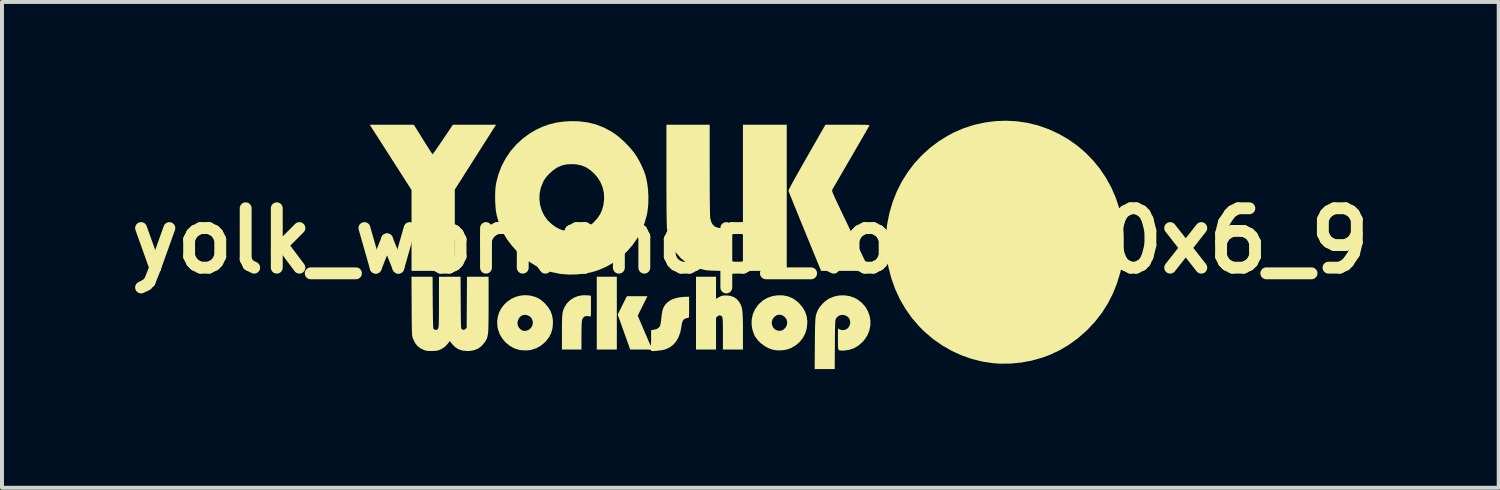
<source format=kicad_pcb>
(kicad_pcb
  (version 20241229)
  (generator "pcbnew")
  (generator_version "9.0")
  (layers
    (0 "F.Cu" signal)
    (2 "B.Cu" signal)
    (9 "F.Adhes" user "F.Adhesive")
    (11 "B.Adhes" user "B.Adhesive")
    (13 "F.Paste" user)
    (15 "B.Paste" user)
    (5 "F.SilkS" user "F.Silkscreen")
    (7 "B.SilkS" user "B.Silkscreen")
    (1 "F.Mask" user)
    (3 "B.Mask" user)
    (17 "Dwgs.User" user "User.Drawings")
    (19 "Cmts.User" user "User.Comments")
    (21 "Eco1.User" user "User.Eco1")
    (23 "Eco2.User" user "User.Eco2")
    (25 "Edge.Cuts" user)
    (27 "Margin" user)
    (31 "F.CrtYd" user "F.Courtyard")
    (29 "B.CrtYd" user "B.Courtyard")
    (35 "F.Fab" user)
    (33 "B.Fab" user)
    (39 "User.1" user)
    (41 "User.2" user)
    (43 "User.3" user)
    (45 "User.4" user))
  (footprint "yolk_workshop_logo_20x6_9"
    (layer "F.Cu")
    (at 15.907 3.034)
    (property "Reference" "yolk_workshop_logo_20x6_9" (at 0 0 0) (layer "F.SilkS") (effects (font (size 1.5 1.5) (thickness 0.3))))
    (attr board_only exclude_from_pos_files exclude_from_bom)
    (fp_poly (pts (xy -3.373 1.827) (xy -3.373 2.747) (xy -3.627 2.747) (xy -3.88 2.747) (xy -3.88 1.827) (xy -3.88 0.907) (xy -3.627 0.907) (xy -3.373 0.907)) (stroke (width 0) (type solid)) (fill yes) (layer "F.SilkS"))
    (fp_poly (pts (xy 0.92 -1.087) (xy 0.92 0.76) (xy 0.367 0.76) (xy -0.187 0.76) (xy -0.187 -1.087) (xy -0.187 -2.933) (xy 0.367 -2.933) (xy 0.92 -2.933)) (stroke (width 0) (type solid)) (fill yes) (layer "F.SilkS"))
    (fp_poly (pts (xy -4.132 1.375) (xy -4.088 1.379) (xy -4.027 1.388) (xy -4.027 1.656) (xy -4.027 1.746) (xy -4.027 1.814) (xy -4.029 1.861) (xy -4.031 1.891) (xy -4.035 1.908) (xy -4.04 1.914) (xy -4.048 1.913) (xy -4.05 1.912) (xy -4.078 1.905) (xy -4.118 1.901) (xy -4.132 1.901) (xy -4.181 1.909) (xy -4.218 1.935) (xy -4.244 1.982) (xy -4.253 2.011) (xy -4.257 2.038) (xy -4.26 2.088) (xy -4.263 2.156) (xy -4.265 2.239) (xy -4.266 2.332) (xy -4.267 2.403) (xy -4.267 2.747) (xy -4.513 2.747) (xy -4.76 2.747) (xy -4.76 2.31) (xy -4.76 2.179) (xy -4.759 2.072) (xy -4.757 1.984) (xy -4.753 1.914) (xy -4.749 1.857) (xy -4.742 1.81) (xy -4.732 1.77) (xy -4.72 1.734) (xy -4.705 1.698) (xy -4.693 1.674) (xy -4.634 1.58) (xy -4.555 1.501) (xy -4.46 1.438) (xy -4.354 1.396) (xy -4.251 1.377) (xy -4.191 1.375)) (stroke (width 0) (type solid)) (fill yes) (layer "F.SilkS"))
    (fp_poly (pts (xy -0.867 1.185) (xy -0.867 1.464) (xy -0.79 1.422) (xy -0.747 1.4) (xy -0.71 1.387) (xy -0.669 1.382) (xy -0.613 1.38) (xy -0.607 1.38) (xy -0.501 1.391) (xy -0.411 1.424) (xy -0.335 1.479) (xy -0.273 1.558) (xy -0.247 1.606) (xy -0.232 1.641) (xy -0.219 1.678) (xy -0.209 1.721) (xy -0.202 1.773) (xy -0.196 1.836) (xy -0.192 1.913) (xy -0.189 2.008) (xy -0.187 2.122) (xy -0.187 2.26) (xy -0.187 2.297) (xy -0.187 2.747) (xy -0.44 2.747) (xy -0.693 2.747) (xy -0.693 2.343) (xy -0.693 2.223) (xy -0.694 2.127) (xy -0.695 2.052) (xy -0.698 1.996) (xy -0.703 1.955) (xy -0.71 1.926) (xy -0.719 1.908) (xy -0.731 1.897) (xy -0.747 1.89) (xy -0.763 1.886) (xy -0.794 1.885) (xy -0.823 1.902) (xy -0.833 1.911) (xy -0.867 1.945) (xy -0.867 2.346) (xy -0.867 2.747) (xy -1.12 2.747) (xy -1.373 2.747) (xy -1.373 1.827) (xy -1.373 0.907) (xy -1.12 0.907) (xy -0.867 0.907)) (stroke (width 0) (type solid)) (fill yes) (layer "F.SilkS"))
    (fp_poly (pts (xy -6.443 -2.903) (xy -6.453 -2.887) (xy -6.477 -2.851) (xy -6.512 -2.795) (xy -6.558 -2.723) (xy -6.614 -2.636) (xy -6.677 -2.536) (xy -6.748 -2.424) (xy -6.825 -2.304) (xy -6.906 -2.176) (xy -6.965 -2.084) (xy -7.467 -1.294) (xy -7.467 -0.267) (xy -7.467 0.76) (xy -8.013 0.76) (xy -8.56 0.76) (xy -8.56 -0.262) (xy -8.56 -1.284) (xy -9.069 -2.079) (xy -9.153 -2.211) (xy -9.234 -2.337) (xy -9.31 -2.456) (xy -9.379 -2.564) (xy -9.441 -2.661) (xy -9.495 -2.744) (xy -9.538 -2.812) (xy -9.571 -2.862) (xy -9.591 -2.894) (xy -9.597 -2.903) (xy -9.616 -2.933) (xy -9.058 -2.933) (xy -8.5 -2.932) (xy -8.269 -2.559) (xy -8.213 -2.47) (xy -8.161 -2.388) (xy -8.116 -2.317) (xy -8.078 -2.259) (xy -8.049 -2.216) (xy -8.032 -2.191) (xy -8.028 -2.187) (xy -8.018 -2.197) (xy -7.996 -2.228) (xy -7.962 -2.275) (xy -7.919 -2.337) (xy -7.868 -2.41) (xy -7.811 -2.494) (xy -7.766 -2.56) (xy -7.515 -2.933) (xy -6.969 -2.933) (xy -6.424 -2.933)) (stroke (width 0) (type solid)) (fill yes) (layer "F.SilkS"))
    (fp_poly (pts (xy -1.027 -1.791) (xy -1.026 -1.555) (xy -1.026 -1.344) (xy -1.025 -1.157) (xy -1.024 -0.995) (xy -1.022 -0.858) (xy -1.02 -0.746) (xy -1.018 -0.661) (xy -1.016 -0.602) (xy -1.013 -0.568) (xy -1.012 -0.567) (xy -0.989 -0.479) (xy -0.952 -0.411) (xy -0.905 -0.365) (xy -0.893 -0.358) (xy -0.83 -0.334) (xy -0.751 -0.317) (xy -0.665 -0.308) (xy -0.632 -0.307) (xy -0.56 -0.307) (xy -0.56 0.227) (xy -0.56 0.76) (xy -0.797 0.759) (xy -0.882 0.757) (xy -0.967 0.754) (xy -1.045 0.749) (xy -1.107 0.744) (xy -1.136 0.74) (xy -1.311 0.699) (xy -1.469 0.638) (xy -1.612 0.556) (xy -1.742 0.452) (xy -1.763 0.432) (xy -1.869 0.311) (xy -1.957 0.175) (xy -2.025 0.023) (xy -2.076 -0.146) (xy -2.106 -0.311) (xy -2.109 -0.345) (xy -2.111 -0.406) (xy -2.113 -0.492) (xy -2.115 -0.604) (xy -2.117 -0.74) (xy -2.118 -0.9) (xy -2.119 -1.084) (xy -2.12 -1.291) (xy -2.12 -1.521) (xy -2.12 -1.674) (xy -2.12 -2.933) (xy -1.573 -2.933) (xy -1.027 -2.933)) (stroke (width 0) (type solid)) (fill yes) (layer "F.SilkS"))
    (fp_poly (pts (xy 0.826 1.378) (xy 0.951 1.403) (xy 1.066 1.451) (xy 1.173 1.524) (xy 1.233 1.579) (xy 1.321 1.682) (xy 1.384 1.79) (xy 1.423 1.906) (xy 1.439 2.033) (xy 1.44 2.067) (xy 1.427 2.203) (xy 1.391 2.33) (xy 1.332 2.446) (xy 1.252 2.549) (xy 1.153 2.636) (xy 1.037 2.705) (xy 0.963 2.735) (xy 0.883 2.755) (xy 0.79 2.766) (xy 0.693 2.768) (xy 0.605 2.759) (xy 0.579 2.754) (xy 0.473 2.719) (xy 0.368 2.664) (xy 0.271 2.593) (xy 0.187 2.511) (xy 0.122 2.422) (xy 0.101 2.382) (xy 0.054 2.253) (xy 0.032 2.121) (xy 0.033 2.049) (xy 0.541 2.049) (xy 0.545 2.118) (xy 0.574 2.185) (xy 0.589 2.206) (xy 0.637 2.249) (xy 0.697 2.271) (xy 0.76 2.274) (xy 0.819 2.256) (xy 0.838 2.243) (xy 0.891 2.19) (xy 0.923 2.126) (xy 0.931 2.059) (xy 0.916 1.991) (xy 0.904 1.968) (xy 0.862 1.918) (xy 0.807 1.883) (xy 0.746 1.867) (xy 0.687 1.872) (xy 0.662 1.882) (xy 0.601 1.926) (xy 0.56 1.984) (xy 0.541 2.049) (xy 0.033 2.049) (xy 0.034 1.991) (xy 0.06 1.865) (xy 0.109 1.746) (xy 0.182 1.637) (xy 0.229 1.585) (xy 0.33 1.498) (xy 0.44 1.436) (xy 0.562 1.396) (xy 0.689 1.377)) (stroke (width 0) (type solid)) (fill yes) (layer "F.SilkS"))
    (fp_poly (pts (xy -5.562 1.383) (xy -5.437 1.417) (xy -5.373 1.443) (xy -5.299 1.487) (xy -5.222 1.55) (xy -5.193 1.579) (xy -5.108 1.677) (xy -5.047 1.777) (xy -5.008 1.884) (xy -4.989 2.002) (xy -4.987 2.073) (xy -4.998 2.207) (xy -5.031 2.329) (xy -5.088 2.44) (xy -5.17 2.543) (xy -5.188 2.562) (xy -5.294 2.65) (xy -5.411 2.715) (xy -5.537 2.756) (xy -5.671 2.771) (xy -5.808 2.761) (xy -5.848 2.754) (xy -5.969 2.714) (xy -6.081 2.652) (xy -6.181 2.57) (xy -6.265 2.471) (xy -6.331 2.36) (xy -6.375 2.239) (xy -6.387 2.183) (xy -6.397 2.056) (xy -5.882 2.056) (xy -5.88 2.117) (xy -5.86 2.174) (xy -5.82 2.224) (xy -5.804 2.237) (xy -5.772 2.257) (xy -5.747 2.271) (xy -5.747 2.271) (xy -5.709 2.276) (xy -5.661 2.271) (xy -5.614 2.257) (xy -5.588 2.243) (xy -5.537 2.193) (xy -5.505 2.134) (xy -5.493 2.077) (xy -5.505 2.003) (xy -5.538 1.942) (xy -5.59 1.898) (xy -5.657 1.873) (xy -5.678 1.87) (xy -5.742 1.876) (xy -5.796 1.902) (xy -5.838 1.944) (xy -5.867 1.997) (xy -5.882 2.056) (xy -6.397 2.056) (xy -6.397 2.052) (xy -6.383 1.928) (xy -6.348 1.813) (xy -6.293 1.707) (xy -6.221 1.612) (xy -6.134 1.531) (xy -6.035 1.465) (xy -5.926 1.415) (xy -5.81 1.384) (xy -5.688 1.373)) (stroke (width 0) (type solid)) (fill yes) (layer "F.SilkS"))
    (fp_poly (pts (xy -2.723 1.646) (xy -2.845 1.891) (xy -2.687 2.262) (xy -2.647 2.356) (xy -2.61 2.441) (xy -2.578 2.516) (xy -2.551 2.577) (xy -2.531 2.62) (xy -2.52 2.643) (xy -2.518 2.646) (xy -2.514 2.638) (xy -2.511 2.607) (xy -2.508 2.559) (xy -2.507 2.496) (xy -2.507 2.458) (xy -2.507 2.257) (xy -2.446 2.249) (xy -2.369 2.229) (xy -2.314 2.195) (xy -2.286 2.158) (xy -2.275 2.127) (xy -2.265 2.078) (xy -2.256 2.018) (xy -2.252 1.982) (xy -2.24 1.873) (xy -2.226 1.786) (xy -2.206 1.717) (xy -2.18 1.659) (xy -2.146 1.61) (xy -2.102 1.564) (xy -2.086 1.548) (xy -2.004 1.493) (xy -1.902 1.452) (xy -1.78 1.426) (xy -1.642 1.414) (xy -1.617 1.414) (xy -1.547 1.413) (xy -1.547 1.68) (xy -1.547 1.771) (xy -1.547 1.838) (xy -1.549 1.885) (xy -1.551 1.917) (xy -1.555 1.935) (xy -1.561 1.944) (xy -1.569 1.946) (xy -1.574 1.947) (xy -1.604 1.952) (xy -1.643 1.964) (xy -1.648 1.966) (xy -1.683 1.989) (xy -1.709 2.025) (xy -1.727 2.08) (xy -1.739 2.153) (xy -1.766 2.3) (xy -1.811 2.428) (xy -1.872 2.538) (xy -1.949 2.627) (xy -2.042 2.696) (xy -2.15 2.743) (xy -2.207 2.758) (xy -2.252 2.765) (xy -2.313 2.773) (xy -2.377 2.78) (xy -2.39 2.781) (xy -2.446 2.785) (xy -2.481 2.786) (xy -2.499 2.782) (xy -2.506 2.774) (xy -2.507 2.768) (xy -2.509 2.761) (xy -2.518 2.755) (xy -2.538 2.751) (xy -2.572 2.749) (xy -2.622 2.747) (xy -2.694 2.747) (xy -2.771 2.747) (xy -3.035 2.747) (xy -3.193 2.305) (xy -3.351 1.864) (xy -3.236 1.632) (xy -3.12 1.4) (xy -2.86 1.4) (xy -2.6 1.4)) (stroke (width 0) (type solid)) (fill yes) (layer "F.SilkS"))
    (fp_poly (pts (xy 2.504 1.396) (xy 2.627 1.438) (xy 2.718 1.488) (xy 2.824 1.573) (xy 2.909 1.672) (xy 2.972 1.781) (xy 3.014 1.899) (xy 3.034 2.021) (xy 3.032 2.145) (xy 3.006 2.268) (xy 2.958 2.386) (xy 2.886 2.497) (xy 2.843 2.548) (xy 2.739 2.641) (xy 2.627 2.71) (xy 2.505 2.753) (xy 2.374 2.772) (xy 2.344 2.773) (xy 2.301 2.773) (xy 2.269 2.772) (xy 2.245 2.767) (xy 2.23 2.753) (xy 2.22 2.728) (xy 2.215 2.688) (xy 2.213 2.63) (xy 2.213 2.551) (xy 2.213 2.485) (xy 2.213 2.213) (xy 2.248 2.235) (xy 2.286 2.25) (xy 2.335 2.257) (xy 2.34 2.257) (xy 2.407 2.244) (xy 2.462 2.209) (xy 2.501 2.156) (xy 2.522 2.09) (xy 2.524 2.056) (xy 2.513 1.993) (xy 2.482 1.941) (xy 2.437 1.903) (xy 2.382 1.879) (xy 2.323 1.871) (xy 2.264 1.881) (xy 2.211 1.909) (xy 2.169 1.957) (xy 2.167 1.96) (xy 2.161 1.972) (xy 2.155 1.985) (xy 2.151 2.003) (xy 2.148 2.027) (xy 2.145 2.06) (xy 2.143 2.104) (xy 2.141 2.162) (xy 2.139 2.236) (xy 2.138 2.328) (xy 2.137 2.442) (xy 2.136 2.58) (xy 2.136 2.623) (xy 2.132 3.24) (xy 1.879 3.24) (xy 1.625 3.24) (xy 1.63 2.597) (xy 1.631 2.442) (xy 1.633 2.312) (xy 1.634 2.203) (xy 1.637 2.113) (xy 1.64 2.039) (xy 1.644 1.979) (xy 1.649 1.929) (xy 1.656 1.888) (xy 1.665 1.853) (xy 1.676 1.821) (xy 1.689 1.789) (xy 1.705 1.755) (xy 1.715 1.735) (xy 1.758 1.667) (xy 1.818 1.596) (xy 1.889 1.529) (xy 1.963 1.475) (xy 1.995 1.457) (xy 2.116 1.407) (xy 2.245 1.381) (xy 2.376 1.377)) (stroke (width 0) (type solid)) (fill yes) (layer "F.SilkS"))
    (fp_poly (pts (xy 6.731 -3.02) (xy 6.997 -2.981) (xy 7.258 -2.918) (xy 7.272 -2.914) (xy 7.54 -2.819) (xy 7.795 -2.701) (xy 8.036 -2.563) (xy 8.26 -2.404) (xy 8.469 -2.226) (xy 8.66 -2.03) (xy 8.833 -1.818) (xy 8.986 -1.589) (xy 9.12 -1.346) (xy 9.232 -1.089) (xy 9.322 -0.82) (xy 9.389 -0.539) (xy 9.409 -0.426) (xy 9.42 -0.336) (xy 9.428 -0.226) (xy 9.433 -0.103) (xy 9.434 0.027) (xy 9.433 0.157) (xy 9.429 0.281) (xy 9.421 0.393) (xy 9.411 0.485) (xy 9.409 0.5) (xy 9.349 0.791) (xy 9.265 1.07) (xy 9.159 1.335) (xy 9.03 1.587) (xy 8.879 1.824) (xy 8.705 2.047) (xy 8.509 2.256) (xy 8.494 2.27) (xy 8.28 2.458) (xy 8.054 2.623) (xy 7.818 2.763) (xy 7.569 2.88) (xy 7.373 2.952) (xy 7.112 3.026) (xy 6.843 3.076) (xy 6.572 3.102) (xy 6.301 3.104) (xy 6.133 3.092) (xy 5.861 3.051) (xy 5.594 2.984) (xy 5.334 2.893) (xy 5.083 2.778) (xy 4.844 2.64) (xy 4.616 2.481) (xy 4.404 2.3) (xy 4.269 2.166) (xy 4.083 1.951) (xy 3.919 1.72) (xy 3.777 1.475) (xy 3.658 1.217) (xy 3.562 0.947) (xy 3.489 0.666) (xy 3.458 0.493) (xy 3.446 0.399) (xy 3.439 0.286) (xy 3.434 0.159) (xy 3.432 0.027) (xy 3.434 -0.106) (xy 3.439 -0.231) (xy 3.447 -0.343) (xy 3.458 -0.426) (xy 3.515 -0.711) (xy 3.597 -0.985) (xy 3.701 -1.248) (xy 3.827 -1.497) (xy 3.975 -1.733) (xy 4.142 -1.954) (xy 4.33 -2.158) (xy 4.535 -2.345) (xy 4.758 -2.513) (xy 4.999 -2.662) (xy 5.148 -2.74) (xy 5.397 -2.847) (xy 5.656 -2.93) (xy 5.921 -2.989) (xy 6.19 -3.024) (xy 6.461 -3.034)) (stroke (width 0) (type solid)) (fill yes) (layer "F.SilkS"))
    (fp_poly (pts (xy 2.595 -2.933) (xy 2.709 -2.933) (xy 2.8 -2.932) (xy 2.872 -2.931) (xy 2.925 -2.93) (xy 2.964 -2.928) (xy 2.989 -2.925) (xy 3.003 -2.921) (xy 3.009 -2.917) (xy 3.009 -2.914) (xy 3.001 -2.899) (xy 2.981 -2.863) (xy 2.949 -2.808) (xy 2.908 -2.736) (xy 2.858 -2.649) (xy 2.799 -2.548) (xy 2.734 -2.436) (xy 2.664 -2.314) (xy 2.589 -2.185) (xy 2.546 -2.11) (xy 2.468 -1.977) (xy 2.394 -1.85) (xy 2.325 -1.731) (xy 2.262 -1.622) (xy 2.206 -1.525) (xy 2.158 -1.443) (xy 2.119 -1.376) (xy 2.091 -1.328) (xy 2.074 -1.299) (xy 2.07 -1.293) (xy 2.067 -1.286) (xy 2.066 -1.277) (xy 2.066 -1.266) (xy 2.07 -1.249) (xy 2.078 -1.226) (xy 2.089 -1.195) (xy 2.106 -1.155) (xy 2.129 -1.104) (xy 2.159 -1.039) (xy 2.195 -0.961) (xy 2.24 -0.867) (xy 2.293 -0.755) (xy 2.355 -0.624) (xy 2.428 -0.473) (xy 2.511 -0.299) (xy 2.527 -0.266) (xy 2.6 -0.113) (xy 2.67 0.033) (xy 2.736 0.17) (xy 2.797 0.297) (xy 2.851 0.411) (xy 2.9 0.512) (xy 2.94 0.597) (xy 2.972 0.664) (xy 2.995 0.712) (xy 3.007 0.738) (xy 3.01 0.743) (xy 3.006 0.747) (xy 2.991 0.751) (xy 2.962 0.754) (xy 2.918 0.756) (xy 2.857 0.757) (xy 2.776 0.759) (xy 2.674 0.759) (xy 2.55 0.76) (xy 2.401 0.76) (xy 1.786 0.76) (xy 1.775 0.73) (xy 1.768 0.713) (xy 1.752 0.674) (xy 1.727 0.613) (xy 1.695 0.534) (xy 1.655 0.438) (xy 1.61 0.327) (xy 1.559 0.203) (xy 1.504 0.068) (xy 1.444 -0.076) (xy 1.382 -0.228) (xy 1.366 -0.267) (xy 1.304 -0.419) (xy 1.244 -0.566) (xy 1.188 -0.703) (xy 1.136 -0.83) (xy 1.09 -0.944) (xy 1.05 -1.044) (xy 1.016 -1.127) (xy 0.99 -1.193) (xy 0.973 -1.237) (xy 0.964 -1.26) (xy 0.964 -1.262) (xy 0.967 -1.277) (xy 0.982 -1.31) (xy 1.008 -1.361) (xy 1.045 -1.432) (xy 1.094 -1.522) (xy 1.156 -1.633) (xy 1.23 -1.764) (xy 1.316 -1.917) (xy 1.416 -2.092) (xy 1.427 -2.112) (xy 1.897 -2.933) (xy 2.457 -2.933)) (stroke (width 0) (type solid)) (fill yes) (layer "F.SilkS"))
    (fp_poly (pts (xy -8.024 1.55) (xy -8.023 1.679) (xy -8.021 1.8) (xy -8.02 1.911) (xy -8.018 2.009) (xy -8.016 2.091) (xy -8.013 2.155) (xy -8.011 2.197) (xy -8.009 2.216) (xy -8.009 2.216) (xy -7.983 2.242) (xy -7.945 2.251) (xy -7.922 2.247) (xy -7.91 2.242) (xy -7.899 2.234) (xy -7.891 2.221) (xy -7.884 2.201) (xy -7.878 2.171) (xy -7.874 2.129) (xy -7.871 2.073) (xy -7.869 2.001) (xy -7.868 1.911) (xy -7.867 1.801) (xy -7.867 1.667) (xy -7.867 1.539) (xy -7.867 0.907) (xy -7.594 0.907) (xy -7.321 0.907) (xy -7.317 1.561) (xy -7.316 1.71) (xy -7.315 1.835) (xy -7.314 1.937) (xy -7.313 2.02) (xy -7.312 2.085) (xy -7.31 2.134) (xy -7.308 2.171) (xy -7.305 2.197) (xy -7.301 2.214) (xy -7.297 2.224) (xy -7.292 2.231) (xy -7.287 2.234) (xy -7.256 2.251) (xy -7.227 2.247) (xy -7.198 2.228) (xy -7.167 2.202) (xy -7.163 1.555) (xy -7.159 0.907) (xy -6.886 0.907) (xy -6.613 0.907) (xy -6.613 1.601) (xy -6.613 1.769) (xy -6.614 1.913) (xy -6.615 2.035) (xy -6.617 2.138) (xy -6.619 2.223) (xy -6.623 2.293) (xy -6.629 2.35) (xy -6.636 2.397) (xy -6.646 2.436) (xy -6.657 2.469) (xy -6.671 2.499) (xy -6.688 2.528) (xy -6.708 2.558) (xy -6.711 2.564) (xy -6.785 2.653) (xy -6.871 2.719) (xy -6.971 2.762) (xy -7.084 2.783) (xy -7.171 2.784) (xy -7.28 2.771) (xy -7.373 2.74) (xy -7.456 2.687) (xy -7.532 2.611) (xy -7.56 2.577) (xy -7.593 2.533) (xy -7.654 2.61) (xy -7.704 2.666) (xy -7.76 2.708) (xy -7.805 2.733) (xy -7.85 2.755) (xy -7.887 2.769) (xy -7.925 2.777) (xy -7.974 2.781) (xy -8.031 2.783) (xy -8.105 2.784) (xy -8.161 2.78) (xy -8.206 2.772) (xy -8.236 2.763) (xy -8.332 2.718) (xy -8.41 2.658) (xy -8.471 2.579) (xy -8.521 2.479) (xy -8.525 2.469) (xy -8.531 2.452) (xy -8.536 2.435) (xy -8.54 2.415) (xy -8.544 2.39) (xy -8.547 2.358) (xy -8.549 2.316) (xy -8.551 2.263) (xy -8.553 2.196) (xy -8.554 2.113) (xy -8.555 2.01) (xy -8.556 1.888) (xy -8.557 1.742) (xy -8.557 1.65) (xy -8.561 0.907) (xy -8.294 0.907) (xy -8.028 0.907)) (stroke (width 0) (type solid)) (fill yes) (layer "F.SilkS"))
    (fp_poly (pts (xy -4.325 -3.019) (xy -4.107 -2.991) (xy -3.899 -2.939) (xy -3.701 -2.862) (xy -3.511 -2.76) (xy -3.407 -2.691) (xy -3.318 -2.622) (xy -3.222 -2.537) (xy -3.125 -2.443) (xy -3.034 -2.345) (xy -2.955 -2.251) (xy -2.922 -2.206) (xy -2.861 -2.114) (xy -2.8 -2.006) (xy -2.743 -1.892) (xy -2.694 -1.78) (xy -2.656 -1.678) (xy -2.648 -1.65) (xy -2.61 -1.486) (xy -2.586 -1.306) (xy -2.575 -1.119) (xy -2.578 -0.934) (xy -2.596 -0.758) (xy -2.613 -0.66) (xy -2.671 -0.452) (xy -2.753 -0.253) (xy -2.856 -0.064) (xy -2.979 0.112) (xy -3.121 0.274) (xy -3.279 0.419) (xy -3.452 0.546) (xy -3.637 0.654) (xy -3.834 0.739) (xy -4.009 0.793) (xy -4.191 0.828) (xy -4.383 0.849) (xy -4.577 0.853) (xy -4.763 0.84) (xy -4.82 0.832) (xy -5.033 0.788) (xy -5.232 0.722) (xy -5.421 0.633) (xy -5.6 0.521) (xy -5.772 0.383) (xy -5.881 0.281) (xy -6.028 0.12) (xy -6.151 -0.043) (xy -6.252 -0.213) (xy -6.332 -0.393) (xy -6.393 -0.586) (xy -6.415 -0.681) (xy -6.43 -0.771) (xy -6.44 -0.88) (xy -6.446 -1) (xy -6.447 -1.051) (xy -5.329 -1.051) (xy -5.312 -0.908) (xy -5.271 -0.769) (xy -5.207 -0.638) (xy -5.121 -0.52) (xy -5.114 -0.512) (xy -5.022 -0.424) (xy -4.918 -0.348) (xy -4.809 -0.292) (xy -4.759 -0.273) (xy -4.671 -0.253) (xy -4.568 -0.242) (xy -4.461 -0.24) (xy -4.36 -0.249) (xy -4.301 -0.26) (xy -4.204 -0.293) (xy -4.114 -0.34) (xy -4.026 -0.405) (xy -3.946 -0.479) (xy -3.857 -0.58) (xy -3.79 -0.681) (xy -3.743 -0.79) (xy -3.714 -0.896) (xy -3.694 -1.054) (xy -3.7 -1.205) (xy -3.731 -1.348) (xy -3.787 -1.483) (xy -3.868 -1.609) (xy -3.935 -1.687) (xy -4.041 -1.784) (xy -4.15 -1.856) (xy -4.266 -1.904) (xy -4.393 -1.931) (xy -4.513 -1.938) (xy -4.646 -1.93) (xy -4.764 -1.903) (xy -4.872 -1.856) (xy -4.976 -1.787) (xy -5.074 -1.7) (xy -5.133 -1.638) (xy -5.178 -1.583) (xy -5.214 -1.526) (xy -5.238 -1.48) (xy -5.293 -1.341) (xy -5.323 -1.197) (xy -5.329 -1.051) (xy -6.447 -1.051) (xy -6.448 -1.124) (xy -6.445 -1.245) (xy -6.437 -1.355) (xy -6.424 -1.447) (xy -6.422 -1.46) (xy -6.365 -1.679) (xy -6.284 -1.889) (xy -6.18 -2.086) (xy -6.055 -2.269) (xy -5.91 -2.436) (xy -5.747 -2.586) (xy -5.566 -2.717) (xy -5.414 -2.805) (xy -5.244 -2.885) (xy -5.074 -2.945) (xy -4.899 -2.987) (xy -4.712 -3.013) (xy -4.553 -3.023)) (stroke (width 0) (type solid)) (fill yes) (layer "F.SilkS")))
  (gr_rect
    (start -3 -3)
    (end 34.814 9.274)
    (stroke (width 0.1) (type default))
    (fill no)
    (layer "Edge.Cuts")))
</source>
